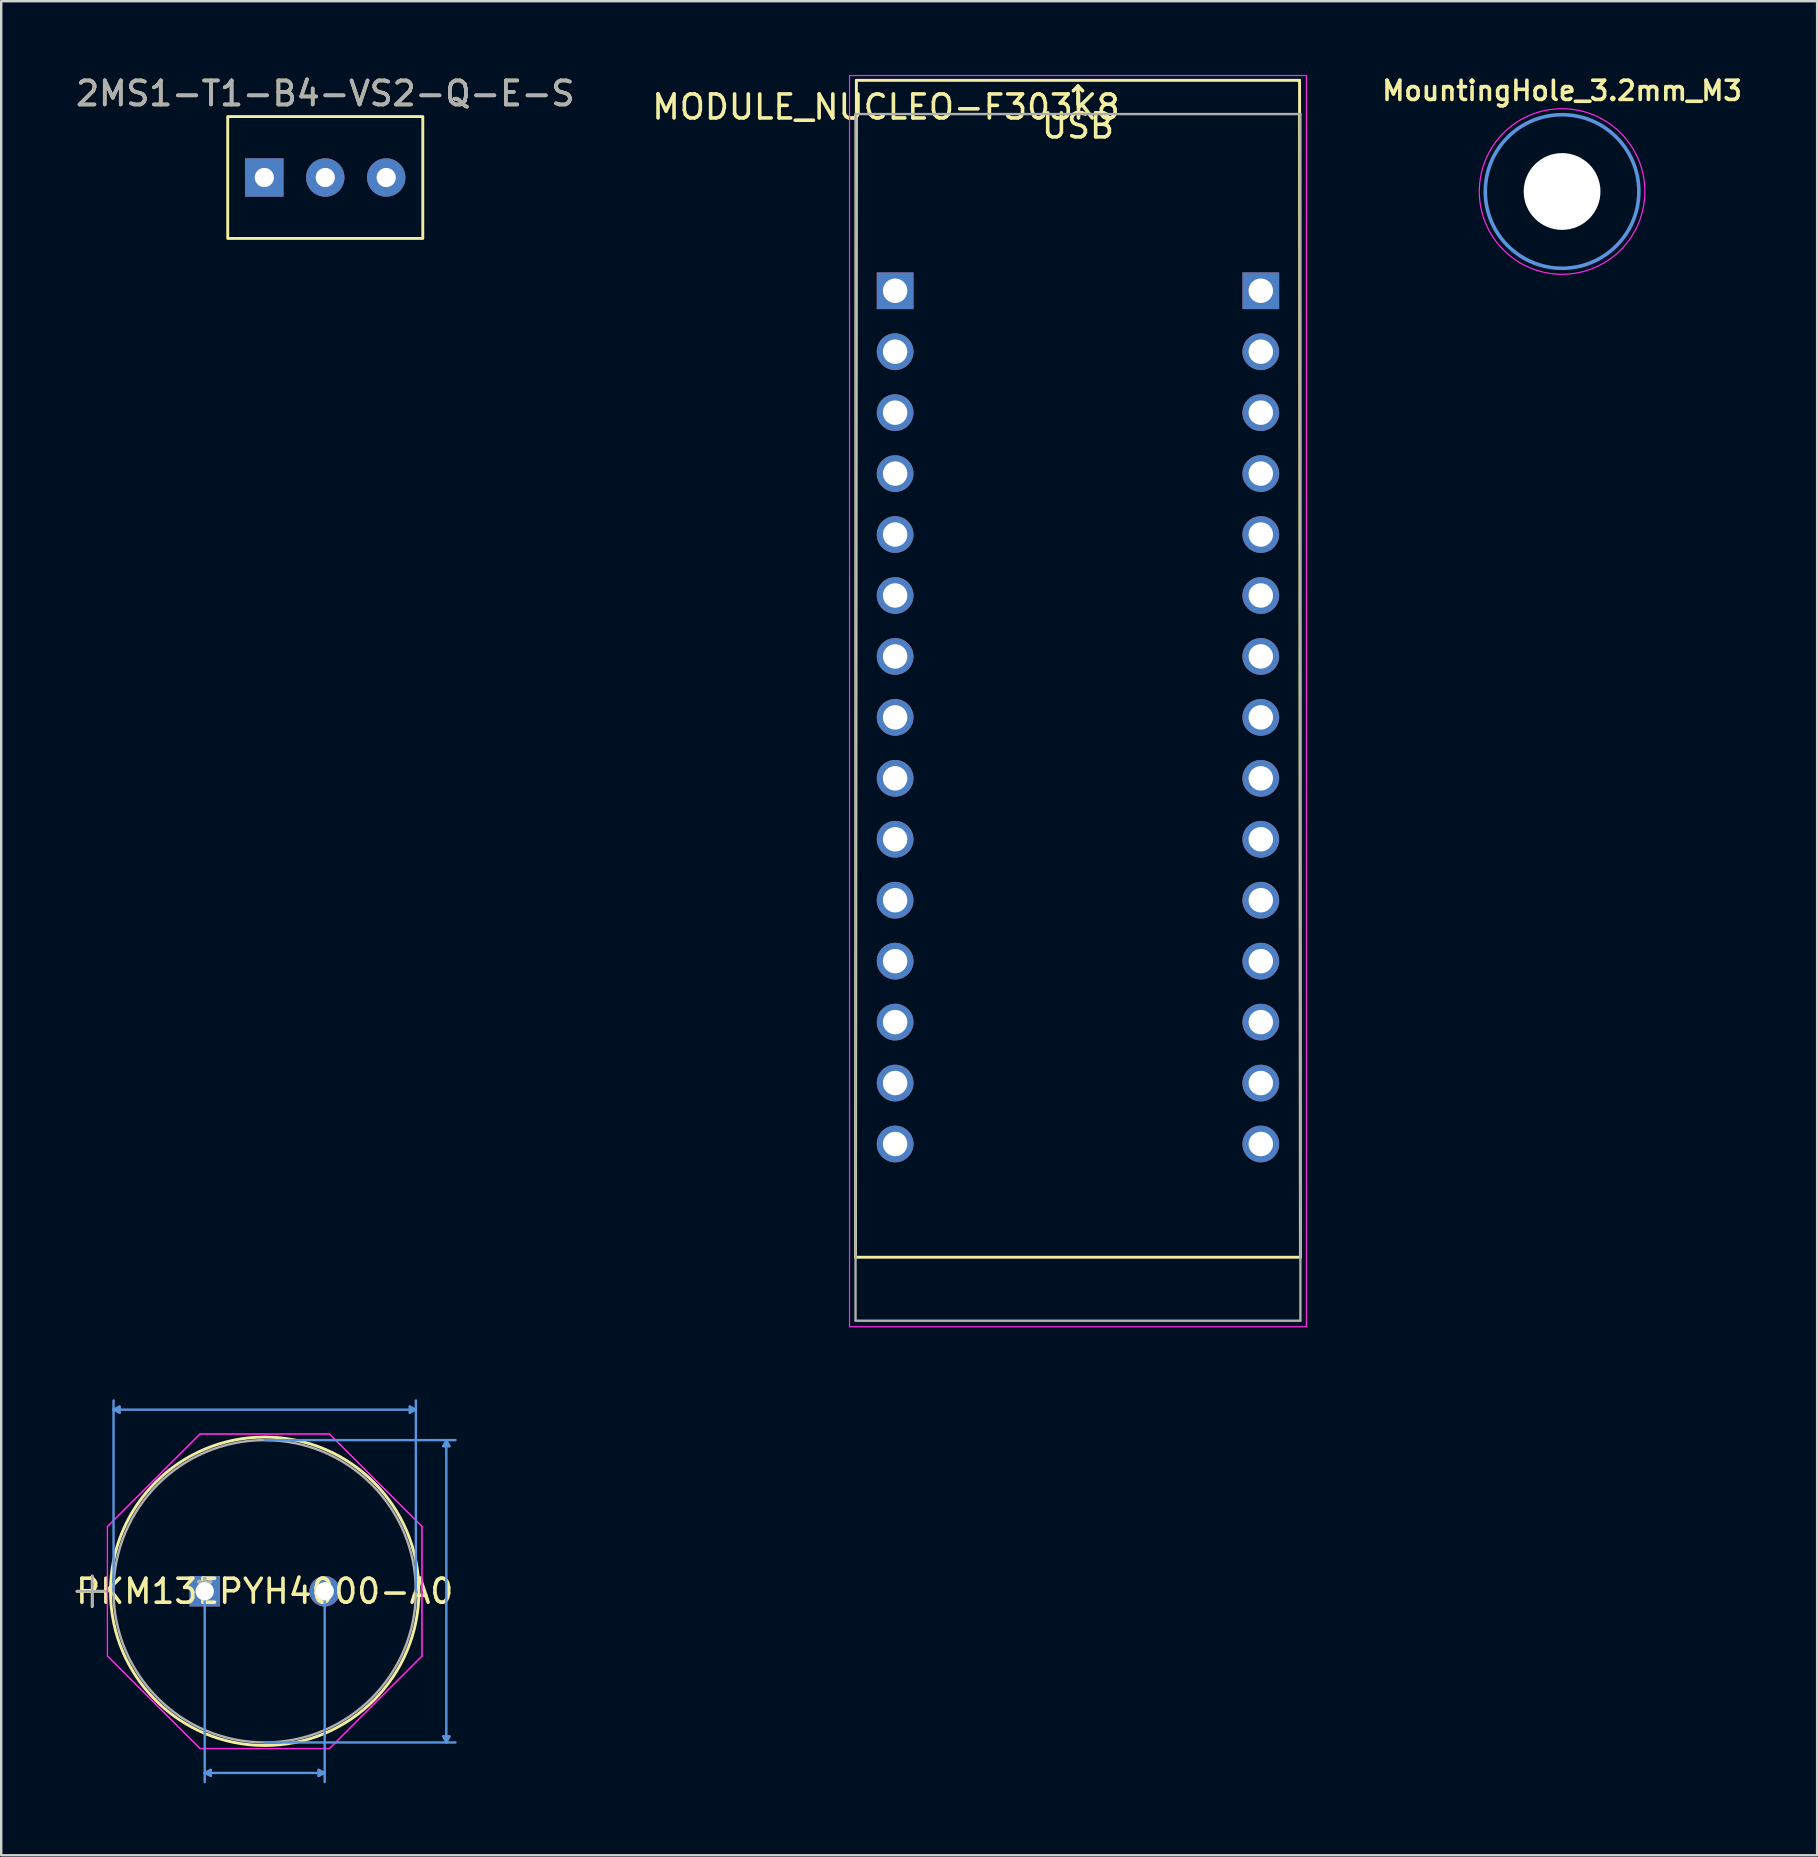
<source format=kicad_pcb>
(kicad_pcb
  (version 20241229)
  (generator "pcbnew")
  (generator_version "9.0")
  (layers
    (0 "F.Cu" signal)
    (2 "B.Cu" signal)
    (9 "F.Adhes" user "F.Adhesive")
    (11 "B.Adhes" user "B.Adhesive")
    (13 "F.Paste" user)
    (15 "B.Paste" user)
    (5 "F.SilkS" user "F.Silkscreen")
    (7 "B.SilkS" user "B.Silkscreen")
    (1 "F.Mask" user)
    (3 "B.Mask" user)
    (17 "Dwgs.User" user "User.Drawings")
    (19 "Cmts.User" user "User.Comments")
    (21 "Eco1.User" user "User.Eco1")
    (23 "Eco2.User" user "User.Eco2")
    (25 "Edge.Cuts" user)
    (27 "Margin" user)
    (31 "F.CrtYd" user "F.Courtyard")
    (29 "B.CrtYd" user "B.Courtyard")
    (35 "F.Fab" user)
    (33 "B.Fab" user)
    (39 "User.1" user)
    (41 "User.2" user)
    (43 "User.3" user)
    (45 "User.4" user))
  (footprint "MODULE_NUCLEO-F303K8"
    (layer "F.Cu")
    (at 41.876 26.848)
    (property "Reference" "MODULE_NUCLEO-F303K8" (at -8.001 -25.438 0) (unlocked yes) (layer "F.SilkS") (effects (font (size 1 1) (thickness 0.15))))
    (attr through_hole)
    (fp_line (start -9.27 22.5) (end -9.235 -26.55) (stroke (width 0.12) (type solid)) (layer "F.SilkS"))
    (fp_line (start -9.235 -26.55) (end 9.235 -26.55) (stroke (width 0.12) (type solid)) (layer "F.SilkS"))
    (fp_line (start 9.235 -26.55) (end 9.27 22.5) (stroke (width 0.12) (type solid)) (layer "F.SilkS"))
    (fp_line (start 9.27 22.5) (end -9.27 22.5) (stroke (width 0.12) (type solid)) (layer "F.SilkS"))
    (fp_line (start -9.52 -26.75) (end 9.52 -26.75) (stroke (width 0.05) (type solid)) (layer "F.CrtYd"))
    (fp_line (start -9.52 25.395) (end -9.52 -26.75) (stroke (width 0.05) (type solid)) (layer "F.CrtYd"))
    (fp_line (start 9.52 -26.75) (end 9.52 25.395) (stroke (width 0.05) (type solid)) (layer "F.CrtYd"))
    (fp_line (start 9.52 25.395) (end -9.52 25.395) (stroke (width 0.05) (type solid)) (layer "F.CrtYd"))
    (fp_line (start -9.27 -25.145) (end 9.27 -25.145) (stroke (width 0.1) (type solid)) (layer "F.Fab"))
    (fp_line (start -9.27 25.145) (end -9.27 -25.145) (stroke (width 0.1) (type solid)) (layer "F.Fab"))
    (fp_line (start 9.27 -25.145) (end 9.27 25.145) (stroke (width 0.1) (type solid)) (layer "F.Fab"))
    (fp_line (start 9.27 25.145) (end -9.27 25.145) (stroke (width 0.1) (type solid)) (layer "F.Fab"))
    (fp_text user "↑" (at 0 -26 0) (unlocked yes) (layer "F.SilkS") (effects (font (size 1 1) (thickness 0.15))))
    (fp_text user "USB" (at 0 -24.65 0) (unlocked yes) (layer "F.SilkS") (effects (font (size 1 1) (thickness 0.15))))
    (pad "3_1" thru_hole rect (at -7.62 -17.78) (size 1.53 1.53) (drill 1.02) (layers "*.Cu" "*.Mask"))
    (pad "3_2" thru_hole circle (at -7.62 -15.24) (size 1.53 1.53) (drill 1.02) (layers "*.Cu" "*.Mask"))
    (pad "3_3" thru_hole circle (at -7.62 -12.7) (size 1.53 1.53) (drill 1.02) (layers "*.Cu" "*.Mask"))
    (pad "3_4" thru_hole circle (at -7.62 -10.16) (size 1.53 1.53) (drill 1.02) (layers "*.Cu" "*.Mask"))
    (pad "3_5" thru_hole circle (at -7.62 -7.62) (size 1.53 1.53) (drill 1.02) (layers "*.Cu" "*.Mask"))
    (pad "3_6" thru_hole circle (at -7.62 -5.08) (size 1.53 1.53) (drill 1.02) (layers "*.Cu" "*.Mask"))
    (pad "3_7" thru_hole circle (at -7.62 -2.54) (size 1.53 1.53) (drill 1.02) (layers "*.Cu" "*.Mask"))
    (pad "3_8" thru_hole circle (at -7.62 0) (size 1.53 1.53) (drill 1.02) (layers "*.Cu" "*.Mask"))
    (pad "3_9" thru_hole circle (at -7.62 2.54) (size 1.53 1.53) (drill 1.02) (layers "*.Cu" "*.Mask"))
    (pad "3_10" thru_hole circle (at -7.62 5.08) (size 1.53 1.53) (drill 1.02) (layers "*.Cu" "*.Mask"))
    (pad "3_11" thru_hole circle (at -7.62 7.62) (size 1.53 1.53) (drill 1.02) (layers "*.Cu" "*.Mask"))
    (pad "3_12" thru_hole circle (at -7.62 10.16) (size 1.53 1.53) (drill 1.02) (layers "*.Cu" "*.Mask"))
    (pad "3_13" thru_hole circle (at -7.62 12.7) (size 1.53 1.53) (drill 1.02) (layers "*.Cu" "*.Mask"))
    (pad "3_14" thru_hole circle (at -7.62 15.24) (size 1.53 1.53) (drill 1.02) (layers "*.Cu" "*.Mask"))
    (pad "3_15" thru_hole circle (at -7.62 17.78) (size 1.53 1.53) (drill 1.02) (layers "*.Cu" "*.Mask"))
    (pad "4_1" thru_hole rect (at 7.62 -17.78) (size 1.53 1.53) (drill 1.02) (layers "*.Cu" "*.Mask"))
    (pad "4_2" thru_hole circle (at 7.62 -15.24) (size 1.53 1.53) (drill 1.02) (layers "*.Cu" "*.Mask"))
    (pad "4_3" thru_hole circle (at 7.62 -12.7) (size 1.53 1.53) (drill 1.02) (layers "*.Cu" "*.Mask"))
    (pad "4_4" thru_hole circle (at 7.62 -10.16) (size 1.53 1.53) (drill 1.02) (layers "*.Cu" "*.Mask"))
    (pad "4_5" thru_hole circle (at 7.62 -7.62) (size 1.53 1.53) (drill 1.02) (layers "*.Cu" "*.Mask"))
    (pad "4_6" thru_hole circle (at 7.62 -5.08) (size 1.53 1.53) (drill 1.02) (layers "*.Cu" "*.Mask"))
    (pad "4_7" thru_hole circle (at 7.62 -2.54) (size 1.53 1.53) (drill 1.02) (layers "*.Cu" "*.Mask"))
    (pad "4_8" thru_hole circle (at 7.62 0) (size 1.53 1.53) (drill 1.02) (layers "*.Cu" "*.Mask"))
    (pad "4_9" thru_hole circle (at 7.62 2.54) (size 1.53 1.53) (drill 1.02) (layers "*.Cu" "*.Mask"))
    (pad "4_10" thru_hole circle (at 7.62 5.08) (size 1.53 1.53) (drill 1.02) (layers "*.Cu" "*.Mask"))
    (pad "4_11" thru_hole circle (at 7.62 7.62) (size 1.53 1.53) (drill 1.02) (layers "*.Cu" "*.Mask"))
    (pad "4_12" thru_hole circle (at 7.62 10.16) (size 1.53 1.53) (drill 1.02) (layers "*.Cu" "*.Mask"))
    (pad "4_13" thru_hole circle (at 7.62 12.7) (size 1.53 1.53) (drill 1.02) (layers "*.Cu" "*.Mask"))
    (pad "4_14" thru_hole circle (at 7.62 15.24) (size 1.53 1.53) (drill 1.02) (layers "*.Cu" "*.Mask"))
    (pad "4_15" thru_hole circle (at 7.62 17.78) (size 1.53 1.53) (drill 1.02) (layers "*.Cu" "*.Mask")))
  (footprint "MountingHole_3.2mm_M3"
    (layer "F.Cu")
    (at 62.052 4.931)
    (property "Reference" "MountingHole_3.2mm_M3" (at 0 -4.2 0) (unlocked yes) (layer "F.SilkS") (effects (font (size 0.8 0.8) (thickness 0.15))))
    (attr exclude_from_pos_files exclude_from_bom)
    (fp_circle (center 0 0) (end 3.2 0) (stroke (width 0.15) (type solid)) (fill no) (layer "Cmts.User"))
    (fp_circle (center 0 0) (end 3.45 0) (stroke (width 0.05) (type solid)) (fill no) (layer "F.CrtYd"))
    (pad "" np_thru_hole circle (at 0 0) (size 3.2 3.2) (drill 3.2) (layers "*.Cu" "*.Mask"))
    (zone (net_name "") (layers "F.Cu" "B.Cu") (hatch edge 0.508) (connect_pads) (min_thickness 0.254) (filled_areas_thickness no) (keepout (tracks not_allowed) (vias not_allowed) (pads not_allowed) (copperpour not_allowed) (footprints allowed)) (placement (enabled no)) (fill) (polygon (pts (xy 65.507 4.931) (xy 65.487 4.558) (xy 65.426 4.189) (xy 65.326 3.829) (xy 65.188 3.482) (xy 65.013 3.152) (xy 64.804 2.842) (xy 64.562 2.557) (xy 64.291 2.3) (xy 63.994 2.074) (xy 63.674 1.881) (xy 63.335 1.723) (xy 62.981 1.603) (xy 62.616 1.523) (xy 62.245 1.482) (xy 61.871 1.481) (xy 61.499 1.521) (xy 61.134 1.6) (xy 60.78 1.719) (xy 60.44 1.875) (xy 60.12 2.067) (xy 59.822 2.292) (xy 59.55 2.549) (xy 59.307 2.833) (xy 59.096 3.141) (xy 58.92 3.471) (xy 58.781 3.818) (xy 58.68 4.178) (xy 58.618 4.546) (xy 58.597 4.919) (xy 58.616 5.292) (xy 58.675 5.661) (xy 58.773 6.022) (xy 58.91 6.37) (xy 59.084 6.7) (xy 59.292 7.011) (xy 59.533 7.296) (xy 59.803 7.555) (xy 60.1 7.782) (xy 60.419 7.976) (xy 60.757 8.135) (xy 61.111 8.256) (xy 61.476 8.338) (xy 61.847 8.38) (xy 62.22 8.382) (xy 62.592 8.344) (xy 62.958 8.265) (xy 63.312 8.148) (xy 63.652 7.993) (xy 63.974 7.802) (xy 64.273 7.578) (xy 64.545 7.323) (xy 64.789 7.039) (xy 65.001 6.731) (xy 65.178 6.402) (xy 65.319 6.056) (xy 65.421 5.697) (xy 65.484 5.328) (xy 65.507 4.955)))))
  (footprint "PKM13EPYH4000-A0"
    (layer "F.Cu")
    (at 5.482 63.269)
    (property "Reference" "PKM13EPYH4000-A0" (at 2.5 0 0) (layer "F.SilkS") (effects (font (size 1 1) (thickness 0.15))))
    (attr through_hole)
    (fp_line (start -5.324 0) (end -4.054 0) (stroke (width 0.12) (type solid)) (layer "F.SilkS"))
    (fp_line (start -4.689 -0.635) (end -4.689 0.635) (stroke (width 0.12) (type solid)) (layer "F.SilkS"))
    (fp_circle (center 2.5 0) (end 8.927 0) (stroke (width 0.12) (type solid)) (fill no) (layer "F.SilkS"))
    (fp_line (start -3.8 -7.57) (end -3.546 -7.697) (stroke (width 0.1) (type solid)) (layer "Cmts.User"))
    (fp_line (start -3.8 -7.57) (end -3.546 -7.443) (stroke (width 0.1) (type solid)) (layer "Cmts.User"))
    (fp_line (start -3.8 -7.57) (end 8.8 -7.57) (stroke (width 0.1) (type solid)) (layer "Cmts.User"))
    (fp_line (start -3.8 0) (end -3.8 -7.951) (stroke (width 0.1) (type solid)) (layer "Cmts.User"))
    (fp_line (start -3.546 -7.697) (end -3.546 -7.443) (stroke (width 0.1) (type solid)) (layer "Cmts.User"))
    (fp_line (start 0 0) (end 0 7.951) (stroke (width 0.1) (type solid)) (layer "Cmts.User"))
    (fp_line (start 0 7.57) (end 0.254 7.443) (stroke (width 0.1) (type solid)) (layer "Cmts.User"))
    (fp_line (start 0 7.57) (end 0.254 7.697) (stroke (width 0.1) (type solid)) (layer "Cmts.User"))
    (fp_line (start 0 7.57) (end 5 7.57) (stroke (width 0.1) (type solid)) (layer "Cmts.User"))
    (fp_line (start 0.254 7.443) (end 0.254 7.697) (stroke (width 0.1) (type solid)) (layer "Cmts.User"))
    (fp_line (start 2.5 -6.3) (end 10.451 -6.3) (stroke (width 0.1) (type solid)) (layer "Cmts.User"))
    (fp_line (start 2.5 6.3) (end 10.451 6.3) (stroke (width 0.1) (type solid)) (layer "Cmts.User"))
    (fp_line (start 4.746 7.443) (end 4.746 7.697) (stroke (width 0.1) (type solid)) (layer "Cmts.User"))
    (fp_line (start 5 0) (end 5 7.951) (stroke (width 0.1) (type solid)) (layer "Cmts.User"))
    (fp_line (start 5 7.57) (end 4.746 7.443) (stroke (width 0.1) (type solid)) (layer "Cmts.User"))
    (fp_line (start 5 7.57) (end 4.746 7.697) (stroke (width 0.1) (type solid)) (layer "Cmts.User"))
    (fp_line (start 8.546 -7.697) (end 8.546 -7.443) (stroke (width 0.1) (type solid)) (layer "Cmts.User"))
    (fp_line (start 8.8 -7.57) (end 8.546 -7.697) (stroke (width 0.1) (type solid)) (layer "Cmts.User"))
    (fp_line (start 8.8 -7.57) (end 8.546 -7.443) (stroke (width 0.1) (type solid)) (layer "Cmts.User"))
    (fp_line (start 8.8 0) (end 8.8 -7.951) (stroke (width 0.1) (type solid)) (layer "Cmts.User"))
    (fp_line (start 9.943 -6.046) (end 10.197 -6.046) (stroke (width 0.1) (type solid)) (layer "Cmts.User"))
    (fp_line (start 9.943 6.046) (end 10.197 6.046) (stroke (width 0.1) (type solid)) (layer "Cmts.User"))
    (fp_line (start 10.07 -6.3) (end 9.943 -6.046) (stroke (width 0.1) (type solid)) (layer "Cmts.User"))
    (fp_line (start 10.07 -6.3) (end 10.07 6.3) (stroke (width 0.1) (type solid)) (layer "Cmts.User"))
    (fp_line (start 10.07 -6.3) (end 10.197 -6.046) (stroke (width 0.1) (type solid)) (layer "Cmts.User"))
    (fp_line (start 10.07 6.3) (end 9.943 6.046) (stroke (width 0.1) (type solid)) (layer "Cmts.User"))
    (fp_line (start 10.07 6.3) (end 10.197 6.046) (stroke (width 0.1) (type solid)) (layer "Cmts.User"))
    (fp_line (start -4.054 -2.699) (end -0.199 -6.554) (stroke (width 0.05) (type solid)) (layer "F.CrtYd"))
    (fp_line (start -4.054 -2.699) (end -0.199 -6.554) (stroke (width 0.05) (type solid)) (layer "F.CrtYd"))
    (fp_line (start -4.054 2.699) (end -4.054 -2.699) (stroke (width 0.05) (type solid)) (layer "F.CrtYd"))
    (fp_line (start -4.054 2.699) (end -4.054 -2.699) (stroke (width 0.05) (type solid)) (layer "F.CrtYd"))
    (fp_line (start -0.199 -6.554) (end 5.199 -6.554) (stroke (width 0.05) (type solid)) (layer "F.CrtYd"))
    (fp_line (start -0.199 -6.554) (end 5.199 -6.554) (stroke (width 0.05) (type solid)) (layer "F.CrtYd"))
    (fp_line (start -0.199 6.554) (end -4.054 2.699) (stroke (width 0.05) (type solid)) (layer "F.CrtYd"))
    (fp_line (start -0.199 6.554) (end -4.054 2.699) (stroke (width 0.05) (type solid)) (layer "F.CrtYd"))
    (fp_line (start 5.199 -6.554) (end 9.054 -2.699) (stroke (width 0.05) (type solid)) (layer "F.CrtYd"))
    (fp_line (start 5.199 -6.554) (end 9.054 -2.699) (stroke (width 0.05) (type solid)) (layer "F.CrtYd"))
    (fp_line (start 5.199 6.554) (end -0.199 6.554) (stroke (width 0.05) (type solid)) (layer "F.CrtYd"))
    (fp_line (start 5.199 6.554) (end -0.199 6.554) (stroke (width 0.05) (type solid)) (layer "F.CrtYd"))
    (fp_line (start 9.054 -2.699) (end 9.054 2.699) (stroke (width 0.05) (type solid)) (layer "F.CrtYd"))
    (fp_line (start 9.054 -2.699) (end 9.054 2.699) (stroke (width 0.05) (type solid)) (layer "F.CrtYd"))
    (fp_line (start 9.054 2.699) (end 5.199 6.554) (stroke (width 0.05) (type solid)) (layer "F.CrtYd"))
    (fp_line (start 9.054 2.699) (end 5.199 6.554) (stroke (width 0.05) (type solid)) (layer "F.CrtYd"))
    (fp_line (start -5.324 0) (end -4.054 0) (stroke (width 0.1) (type solid)) (layer "F.Fab"))
    (fp_line (start -4.689 -0.635) (end -4.689 0.635) (stroke (width 0.1) (type solid)) (layer "F.Fab"))
    (fp_circle (center 2.5 0) (end 8.8 0) (stroke (width 0.1) (type solid)) (fill no) (layer "F.Fab"))
    (fp_text user "*" (at 0 0 0) (layer "F.SilkS") (effects (font (size 1 1) (thickness 0.15))))
    (fp_text user "Copyright 2021 Accelerated Designs. All rights reserved." (at 0 0 0) (layer "Cmts.User") (effects (font (size 0.127 0.127) (thickness 0.002))))
    (fp_text user "*" (at 0 0 0) (layer "F.Fab") (effects (font (size 1 1) (thickness 0.15))))
    (pad "1" thru_hole rect (at 0 0) (size 1.27 1.27) (drill 0.762) (layers "*.Cu" "*.Mask"))
    (pad "2" thru_hole circle (at 5 0) (size 1.27 1.27) (drill 0.762) (layers "*.Cu" "*.Mask")))
  (footprint "2MS1-T1-B4-VS2-Q-E-S"
    (layer "F.Cu")
    (at 10.506 4.348)
    (property "Reference" "2MS1-T1-B4-VS2-Q-E-S" (at 0 -3.5 0) (unlocked yes) (layer "F.SilkS") (effects (font (size 1 1) (thickness 0.15))))
    (attr through_hole)
    (fp_rect (start -4.065 -2.54) (end 4.065 2.54) (stroke (width 0.12) (type solid)) (fill no) (layer "F.SilkS"))
    (fp_text user "${REFERENCE}" (at 0 -3.5 0) (unlocked yes) (layer "F.Fab") (effects (font (size 1 1) (thickness 0.15))))
    (pad "1" thru_hole rect (at -2.54 0) (size 1.6 1.6) (drill 0.8) (layers "*.Cu" "*.Mask"))
    (pad "2" thru_hole circle (at 0 0) (size 1.6 1.6) (drill 0.8) (layers "*.Cu" "*.Mask"))
    (pad "3" thru_hole circle (at 2.54 0) (size 1.6 1.6) (drill 0.8) (layers "*.Cu" "*.Mask")))
  (gr_rect
    (start -3 -3)
    (end 72.682 74.27)
    (stroke (width 0.1) (type default))
    (fill no)
    (layer "Edge.Cuts")))
</source>
